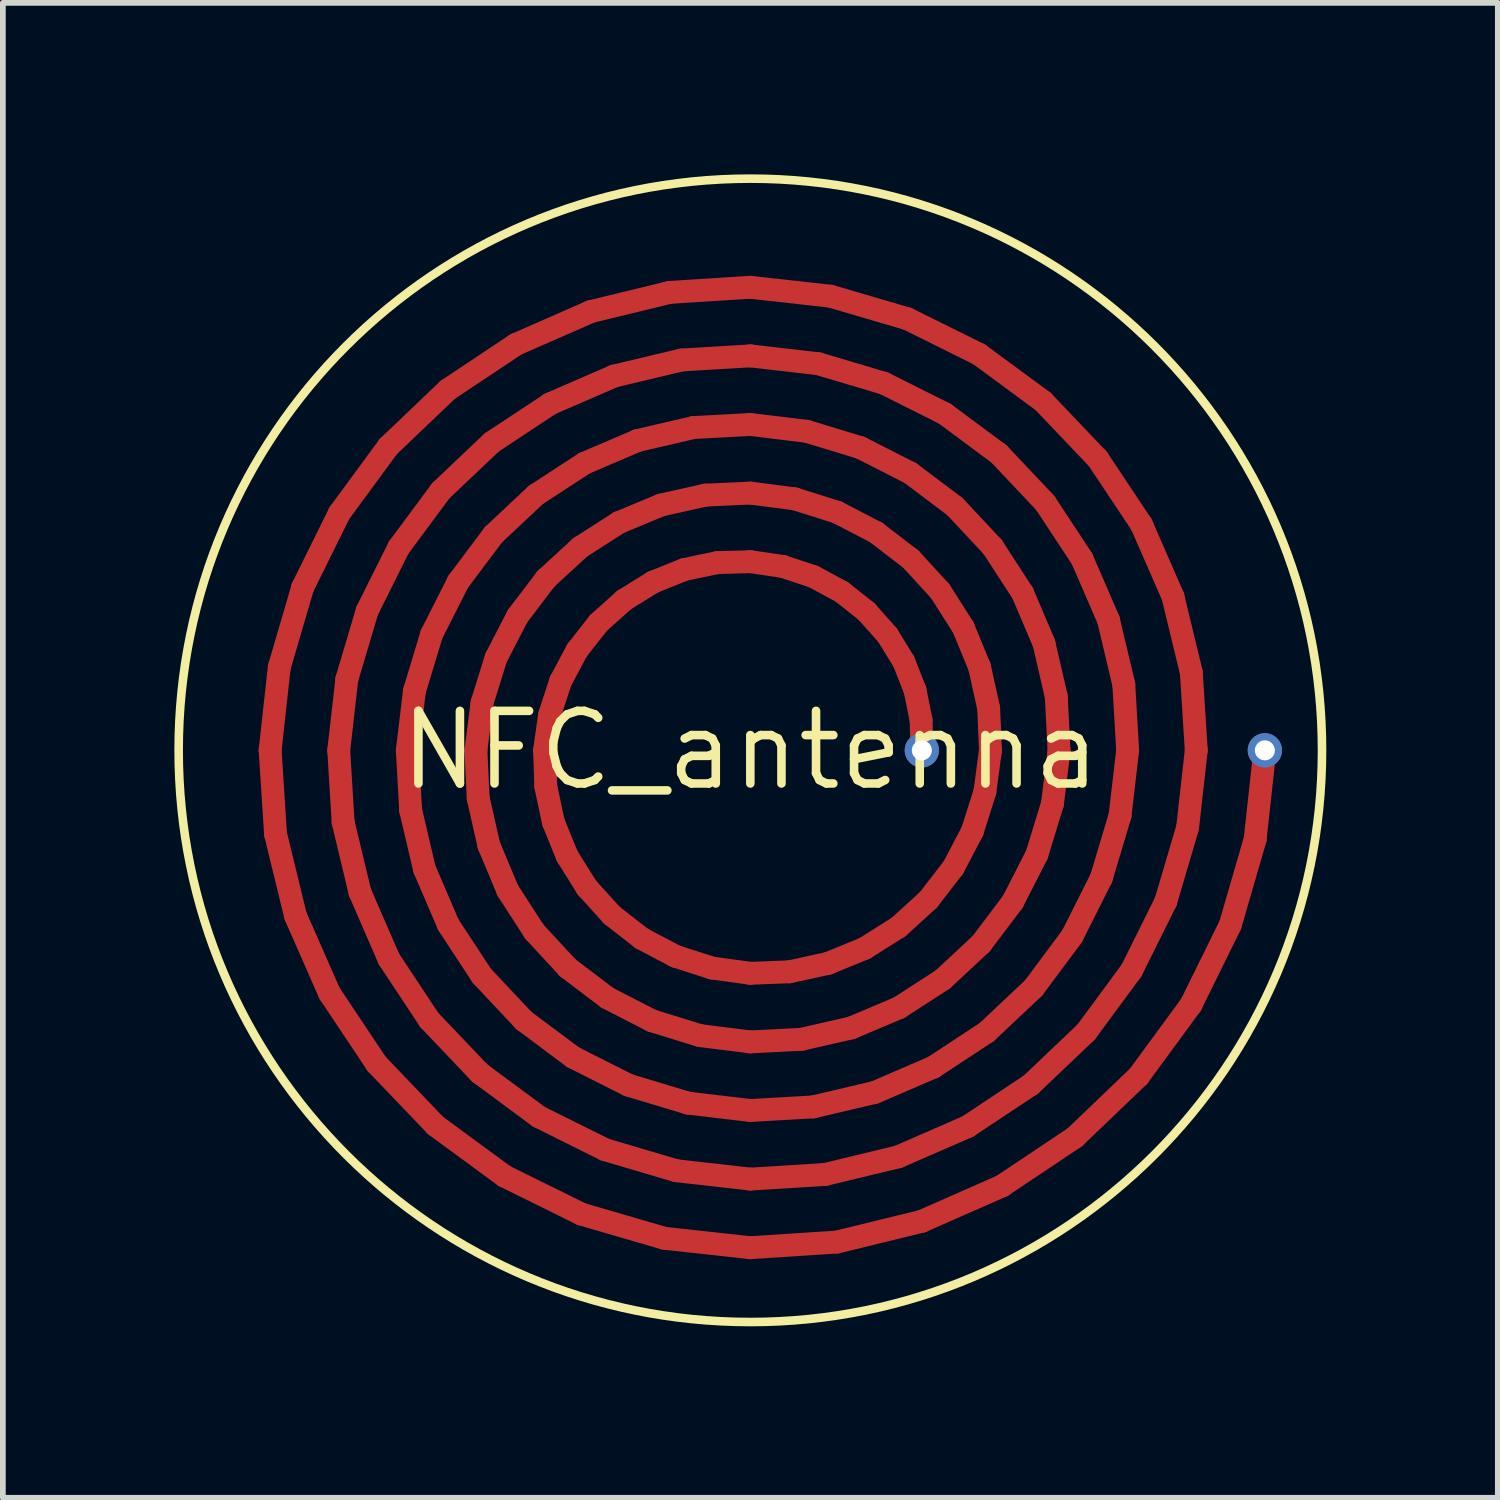
<source format=kicad_pcb>
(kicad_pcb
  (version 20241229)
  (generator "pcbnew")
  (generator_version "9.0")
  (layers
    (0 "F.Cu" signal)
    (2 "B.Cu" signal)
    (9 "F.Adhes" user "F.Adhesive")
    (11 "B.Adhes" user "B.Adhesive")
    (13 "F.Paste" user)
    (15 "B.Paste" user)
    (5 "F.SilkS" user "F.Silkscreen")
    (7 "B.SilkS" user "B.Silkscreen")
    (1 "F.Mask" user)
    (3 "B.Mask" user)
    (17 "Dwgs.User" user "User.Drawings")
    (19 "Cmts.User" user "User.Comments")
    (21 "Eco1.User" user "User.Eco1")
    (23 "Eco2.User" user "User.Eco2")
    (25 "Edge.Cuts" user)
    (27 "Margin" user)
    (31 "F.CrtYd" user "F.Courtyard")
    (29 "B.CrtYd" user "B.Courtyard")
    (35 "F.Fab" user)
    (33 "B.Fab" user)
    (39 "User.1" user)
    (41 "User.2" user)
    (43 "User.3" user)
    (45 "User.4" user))
  (footprint "NFC_antenna"
    (layer "F.Cu")
    (at 10.075 10.075)
    (property "Reference" "NFC_antenna" (at 0 0 0) (layer "F.SilkS") (effects (font (size 1.27 1.27) (thickness 0.15))))
    (fp_line (start -8.4 0) (end -8.24 -1.453) (stroke (width 0.4) (type default)) (layer "F.Cu"))
    (fp_line (start -8.305 1.464) (end -8.4 0) (stroke (width 0.4) (type default)) (layer "F.Cu"))
    (fp_line (start -8.24 -1.453) (end -7.831 -2.85) (stroke (width 0.4) (type default)) (layer "F.Cu"))
    (fp_line (start -7.956 2.896) (end -8.305 1.464) (stroke (width 0.4) (type default)) (layer "F.Cu"))
    (fp_line (start -7.831 -2.85) (end -7.188 -4.15) (stroke (width 0.4) (type default)) (layer "F.Cu"))
    (fp_line (start -7.361 4.25) (end -7.956 2.896) (stroke (width 0.4) (type default)) (layer "F.Cu"))
    (fp_line (start -7.2 0) (end -7.058 -1.244) (stroke (width 0.4) (type default)) (layer "F.Cu"))
    (fp_line (start -7.188 -4.15) (end -6.333 -5.314) (stroke (width 0.4) (type default)) (layer "F.Cu"))
    (fp_line (start -7.123 1.256) (end -7.2 0) (stroke (width 0.4) (type default)) (layer "F.Cu"))
    (fp_line (start -7.058 -1.244) (end -6.703 -2.44) (stroke (width 0.4) (type default)) (layer "F.Cu"))
    (fp_line (start -6.828 2.485) (end -7.123 1.256) (stroke (width 0.4) (type default)) (layer "F.Cu"))
    (fp_line (start -6.703 -2.44) (end -6.149 -3.55) (stroke (width 0.4) (type default)) (layer "F.Cu"))
    (fp_line (start -6.537 5.485) (end -7.361 4.25) (stroke (width 0.4) (type default)) (layer "F.Cu"))
    (fp_line (start -6.333 -5.314) (end -5.292 -6.307) (stroke (width 0.4) (type default)) (layer "F.Cu"))
    (fp_line (start -6.322 3.65) (end -6.828 2.485) (stroke (width 0.4) (type default)) (layer "F.Cu"))
    (fp_line (start -6.149 -3.55) (end -5.413 -4.542) (stroke (width 0.4) (type default)) (layer "F.Cu"))
    (fp_line (start -6 0) (end -5.876 -1.036) (stroke (width 0.4) (type default)) (layer "F.Cu"))
    (fp_line (start -5.942 1.048) (end -6 0) (stroke (width 0.4) (type default)) (layer "F.Cu"))
    (fp_line (start -5.876 -1.036) (end -5.576 -2.029) (stroke (width 0.4) (type default)) (layer "F.Cu"))
    (fp_line (start -5.701 2.075) (end -5.942 1.048) (stroke (width 0.4) (type default)) (layer "F.Cu"))
    (fp_line (start -5.618 4.714) (end -6.322 3.65) (stroke (width 0.4) (type default)) (layer "F.Cu"))
    (fp_line (start -5.576 -2.029) (end -5.11 -2.95) (stroke (width 0.4) (type default)) (layer "F.Cu"))
    (fp_line (start -5.507 6.562) (end -6.537 5.485) (stroke (width 0.4) (type default)) (layer "F.Cu"))
    (fp_line (start -5.413 -4.542) (end -4.521 -5.388) (stroke (width 0.4) (type default)) (layer "F.Cu"))
    (fp_line (start -5.292 -6.307) (end -4.1 -7.101) (stroke (width 0.4) (type default)) (layer "F.Cu"))
    (fp_line (start -5.283 3.05) (end -5.701 2.075) (stroke (width 0.4) (type default)) (layer "F.Cu"))
    (fp_line (start -5.11 -2.95) (end -4.494 -3.771) (stroke (width 0.4) (type default)) (layer "F.Cu"))
    (fp_line (start -4.8 0) (end -4.694 -0.828) (stroke (width 0.4) (type default)) (layer "F.Cu"))
    (fp_line (start -4.76 0.839) (end -4.8 0) (stroke (width 0.4) (type default)) (layer "F.Cu"))
    (fp_line (start -4.735 5.643) (end -5.618 4.714) (stroke (width 0.4) (type default)) (layer "F.Cu"))
    (fp_line (start -4.698 3.942) (end -5.283 3.05) (stroke (width 0.4) (type default)) (layer "F.Cu"))
    (fp_line (start -4.694 -0.828) (end -4.448 -1.619) (stroke (width 0.4) (type default)) (layer "F.Cu"))
    (fp_line (start -4.573 1.664) (end -4.76 0.839) (stroke (width 0.4) (type default)) (layer "F.Cu"))
    (fp_line (start -4.521 -5.388) (end -3.5 -6.062) (stroke (width 0.4) (type default)) (layer "F.Cu"))
    (fp_line (start -4.494 -3.771) (end -3.75 -4.469) (stroke (width 0.4) (type default)) (layer "F.Cu"))
    (fp_line (start -4.448 -1.619) (end -4.07 -2.35) (stroke (width 0.4) (type default)) (layer "F.Cu"))
    (fp_line (start -4.3 7.448) (end -5.507 6.562) (stroke (width 0.4) (type default)) (layer "F.Cu"))
    (fp_line (start -4.244 2.45) (end -4.573 1.664) (stroke (width 0.4) (type default)) (layer "F.Cu"))
    (fp_line (start -4.1 -7.101) (end -2.793 -7.674) (stroke (width 0.4) (type default)) (layer "F.Cu"))
    (fp_line (start -4.07 -2.35) (end -3.575 -3) (stroke (width 0.4) (type default)) (layer "F.Cu"))
    (fp_line (start -3.964 4.724) (end -4.698 3.942) (stroke (width 0.4) (type default)) (layer "F.Cu"))
    (fp_line (start -3.779 3.171) (end -4.244 2.45) (stroke (width 0.4) (type default)) (layer "F.Cu"))
    (fp_line (start -3.75 -4.469) (end -2.9 -5.023) (stroke (width 0.4) (type default)) (layer "F.Cu"))
    (fp_line (start -3.7 6.409) (end -4.735 5.643) (stroke (width 0.4) (type default)) (layer "F.Cu"))
    (fp_line (start -3.6 0) (end -3.512 -0.619) (stroke (width 0.4) (type default)) (layer "F.Cu"))
    (fp_line (start -3.578 0.631) (end -3.6 0) (stroke (width 0.4) (type default)) (layer "F.Cu"))
    (fp_line (start -3.575 -3) (end -2.978 -3.549) (stroke (width 0.4) (type default)) (layer "F.Cu"))
    (fp_line (start -3.512 -0.619) (end -3.32 -1.208) (stroke (width 0.4) (type default)) (layer "F.Cu"))
    (fp_line (start -3.5 -6.062) (end -2.383 -6.547) (stroke (width 0.4) (type default)) (layer "F.Cu"))
    (fp_line (start -3.446 1.254) (end -3.578 0.631) (stroke (width 0.4) (type default)) (layer "F.Cu"))
    (fp_line (start -3.32 -1.208) (end -3.031 -1.75) (stroke (width 0.4) (type default)) (layer "F.Cu"))
    (fp_line (start -3.204 1.85) (end -3.446 1.254) (stroke (width 0.4) (type default)) (layer "F.Cu"))
    (fp_line (start -3.193 3.805) (end -3.779 3.171) (stroke (width 0.4) (type default)) (layer "F.Cu"))
    (fp_line (start -3.1 5.369) (end -3.964 4.724) (stroke (width 0.4) (type default)) (layer "F.Cu"))
    (fp_line (start -3.031 -1.75) (end -2.656 -2.228) (stroke (width 0.4) (type default)) (layer "F.Cu"))
    (fp_line (start -2.978 -3.549) (end -2.3 -3.984) (stroke (width 0.4) (type default)) (layer "F.Cu"))
    (fp_line (start -2.953 8.113) (end -4.3 7.448) (stroke (width 0.4) (type default)) (layer "F.Cu"))
    (fp_line (start -2.9 -5.023) (end -1.972 -5.419) (stroke (width 0.4) (type default)) (layer "F.Cu"))
    (fp_line (start -2.86 2.4) (end -3.204 1.85) (stroke (width 0.4) (type default)) (layer "F.Cu"))
    (fp_line (start -2.793 -7.674) (end -1.412 -8.01) (stroke (width 0.4) (type default)) (layer "F.Cu"))
    (fp_line (start -2.656 -2.228) (end -2.207 -2.63) (stroke (width 0.4) (type default)) (layer "F.Cu"))
    (fp_line (start -2.542 6.985) (end -3.7 6.409) (stroke (width 0.4) (type default)) (layer "F.Cu"))
    (fp_line (start -2.5 4.33) (end -3.193 3.805) (stroke (width 0.4) (type default)) (layer "F.Cu"))
    (fp_line (start -2.421 2.885) (end -2.86 2.4) (stroke (width 0.4) (type default)) (layer "F.Cu"))
    (fp_line (start -2.383 -6.547) (end -1.204 -6.828) (stroke (width 0.4) (type default)) (layer "F.Cu"))
    (fp_line (start -2.3 -3.984) (end -1.562 -4.291) (stroke (width 0.4) (type default)) (layer "F.Cu"))
    (fp_line (start -2.207 -2.63) (end -1.7 -2.944) (stroke (width 0.4) (type default)) (layer "F.Cu"))
    (fp_line (start -2.132 5.857) (end -3.1 5.369) (stroke (width 0.4) (type default)) (layer "F.Cu"))
    (fp_line (start -1.972 -5.419) (end -0.996 -5.646) (stroke (width 0.4) (type default)) (layer "F.Cu"))
    (fp_line (start -1.9 3.291) (end -2.421 2.885) (stroke (width 0.4) (type default)) (layer "F.Cu"))
    (fp_line (start -1.722 4.73) (end -2.5 4.33) (stroke (width 0.4) (type default)) (layer "F.Cu"))
    (fp_line (start -1.7 -2.944) (end -1.151 -3.164) (stroke (width 0.4) (type default)) (layer "F.Cu"))
    (fp_line (start -1.562 -4.291) (end -0.787 -4.464) (stroke (width 0.4) (type default)) (layer "F.Cu"))
    (fp_line (start -1.505 8.535) (end -2.953 8.113) (stroke (width 0.4) (type default)) (layer "F.Cu"))
    (fp_line (start -1.412 -8.01) (end 0 -8.1) (stroke (width 0.4) (type default)) (layer "F.Cu"))
    (fp_line (start -1.311 3.602) (end -1.9 3.291) (stroke (width 0.4) (type default)) (layer "F.Cu"))
    (fp_line (start -1.297 7.353) (end -2.542 6.985) (stroke (width 0.4) (type default)) (layer "F.Cu"))
    (fp_line (start -1.204 -6.828) (end 0 -6.9) (stroke (width 0.4) (type default)) (layer "F.Cu"))
    (fp_line (start -1.151 -3.164) (end -0.579 -3.283) (stroke (width 0.4) (type default)) (layer "F.Cu"))
    (fp_line (start -1.088 6.171) (end -2.132 5.857) (stroke (width 0.4) (type default)) (layer "F.Cu"))
    (fp_line (start -0.996 -5.646) (end 0 -5.7) (stroke (width 0.4) (type default)) (layer "F.Cu"))
    (fp_line (start -0.88 4.99) (end -1.722 4.73) (stroke (width 0.4) (type default)) (layer "F.Cu"))
    (fp_line (start -0.787 -4.464) (end 0 -4.5) (stroke (width 0.4) (type default)) (layer "F.Cu"))
    (fp_line (start -0.671 3.808) (end -1.311 3.602) (stroke (width 0.4) (type default)) (layer "F.Cu"))
    (fp_line (start -0.579 -3.283) (end 0 -3.3) (stroke (width 0.4) (type default)) (layer "F.Cu"))
    (fp_line (start 0 -8.1) (end 1.401 -7.944) (stroke (width 0.4) (type default)) (layer "F.Cu"))
    (fp_line (start 0 -6.9) (end 1.192 -6.762) (stroke (width 0.4) (type default)) (layer "F.Cu"))
    (fp_line (start 0 -5.7) (end 0.984 -5.581) (stroke (width 0.4) (type default)) (layer "F.Cu"))
    (fp_line (start 0 -4.5) (end 0.776 -4.399) (stroke (width 0.4) (type default)) (layer "F.Cu"))
    (fp_line (start 0 -3.3) (end 0.567 -3.217) (stroke (width 0.4) (type default)) (layer "F.Cu"))
    (fp_line (start 0 3.9) (end -0.671 3.808) (stroke (width 0.4) (type default)) (layer "F.Cu"))
    (fp_line (start 0 5.1) (end -0.88 4.99) (stroke (width 0.4) (type default)) (layer "F.Cu"))
    (fp_line (start 0 6.3) (end -1.088 6.171) (stroke (width 0.4) (type default)) (layer "F.Cu"))
    (fp_line (start 0 7.5) (end -1.297 7.353) (stroke (width 0.4) (type default)) (layer "F.Cu"))
    (fp_line (start 0 8.7) (end -1.505 8.535) (stroke (width 0.4) (type default)) (layer "F.Cu"))
    (fp_line (start 0.567 -3.217) (end 1.106 -3.038) (stroke (width 0.4) (type default)) (layer "F.Cu"))
    (fp_line (start 0.683 3.874) (end 0 3.9) (stroke (width 0.4) (type default)) (layer "F.Cu"))
    (fp_line (start 0.776 -4.399) (end 1.516 -4.166) (stroke (width 0.4) (type default)) (layer "F.Cu"))
    (fp_line (start 0.891 5.055) (end 0 5.1) (stroke (width 0.4) (type default)) (layer "F.Cu"))
    (fp_line (start 0.984 -5.581) (end 1.927 -5.294) (stroke (width 0.4) (type default)) (layer "F.Cu"))
    (fp_line (start 1.1 6.237) (end 0 6.3) (stroke (width 0.4) (type default)) (layer "F.Cu"))
    (fp_line (start 1.106 -3.038) (end 1.6 -2.771) (stroke (width 0.4) (type default)) (layer "F.Cu"))
    (fp_line (start 1.192 -6.762) (end 2.337 -6.421) (stroke (width 0.4) (type default)) (layer "F.Cu"))
    (fp_line (start 1.308 7.419) (end 0 7.5) (stroke (width 0.4) (type default)) (layer "F.Cu"))
    (fp_line (start 1.357 3.727) (end 0.683 3.874) (stroke (width 0.4) (type default)) (layer "F.Cu"))
    (fp_line (start 1.401 -7.944) (end 2.748 -7.549) (stroke (width 0.4) (type default)) (layer "F.Cu"))
    (fp_line (start 1.516 -4.166) (end 2.2 -3.811) (stroke (width 0.4) (type default)) (layer "F.Cu"))
    (fp_line (start 1.517 8.601) (end 0 8.7) (stroke (width 0.4) (type default)) (layer "F.Cu"))
    (fp_line (start 1.6 -2.771) (end 2.035 -2.426) (stroke (width 0.4) (type default)) (layer "F.Cu"))
    (fp_line (start 1.767 4.855) (end 0.891 5.055) (stroke (width 0.4) (type default)) (layer "F.Cu"))
    (fp_line (start 1.927 -5.294) (end 2.8 -4.85) (stroke (width 0.4) (type default)) (layer "F.Cu"))
    (fp_line (start 2 3.464) (end 1.357 3.727) (stroke (width 0.4) (type default)) (layer "F.Cu"))
    (fp_line (start 2.035 -2.426) (end 2.4 -2.014) (stroke (width 0.4) (type default)) (layer "F.Cu"))
    (fp_line (start 2.178 5.983) (end 1.1 6.237) (stroke (width 0.4) (type default)) (layer "F.Cu"))
    (fp_line (start 2.2 -3.811) (end 2.807 -3.345) (stroke (width 0.4) (type default)) (layer "F.Cu"))
    (fp_line (start 2.337 -6.421) (end 3.4 -5.889) (stroke (width 0.4) (type default)) (layer "F.Cu"))
    (fp_line (start 2.4 -2.014) (end 2.685 -1.55) (stroke (width 0.4) (type default)) (layer "F.Cu"))
    (fp_line (start 2.588 7.11) (end 1.308 7.419) (stroke (width 0.4) (type default)) (layer "F.Cu"))
    (fp_line (start 2.593 3.09) (end 2 3.464) (stroke (width 0.4) (type default)) (layer "F.Cu"))
    (fp_line (start 2.6 4.503) (end 1.767 4.855) (stroke (width 0.4) (type default)) (layer "F.Cu"))
    (fp_line (start 2.685 -1.55) (end 2.882 -1.049) (stroke (width 0.4) (type default)) (layer "F.Cu"))
    (fp_line (start 2.748 -7.549) (end 4 -6.928) (stroke (width 0.4) (type default)) (layer "F.Cu"))
    (fp_line (start 2.8 -4.85) (end 3.578 -4.264) (stroke (width 0.4) (type default)) (layer "F.Cu"))
    (fp_line (start 2.807 -3.345) (end 3.32 -2.785) (stroke (width 0.4) (type default)) (layer "F.Cu"))
    (fp_line (start 2.882 -1.049) (end 2.987 -0.527) (stroke (width 0.4) (type default)) (layer "F.Cu"))
    (fp_line (start 2.987 -0.527) (end 3 0) (stroke (width 0.4) (type default)) (layer "F.Cu"))
    (fp_line (start 2.998 8.238) (end 1.517 8.601) (stroke (width 0.4) (type default)) (layer "F.Cu"))
    (fp_line (start 3.115 2.614) (end 2.593 3.09) (stroke (width 0.4) (type default)) (layer "F.Cu"))
    (fp_line (start 3.2 5.543) (end 2.178 5.983) (stroke (width 0.4) (type default)) (layer "F.Cu"))
    (fp_line (start 3.32 -2.785) (end 3.724 -2.15) (stroke (width 0.4) (type default)) (layer "F.Cu"))
    (fp_line (start 3.364 4.009) (end 2.6 4.503) (stroke (width 0.4) (type default)) (layer "F.Cu"))
    (fp_line (start 3.4 -5.889) (end 4.35 -5.184) (stroke (width 0.4) (type default)) (layer "F.Cu"))
    (fp_line (start 3.551 2.05) (end 3.115 2.614) (stroke (width 0.4) (type default)) (layer "F.Cu"))
    (fp_line (start 3.578 -4.264) (end 4.239 -3.557) (stroke (width 0.4) (type default)) (layer "F.Cu"))
    (fp_line (start 3.724 -2.15) (end 4.009 -1.459) (stroke (width 0.4) (type default)) (layer "F.Cu"))
    (fp_line (start 3.8 6.582) (end 2.588 7.11) (stroke (width 0.4) (type default)) (layer "F.Cu"))
    (fp_line (start 3.884 1.414) (end 3.551 2.05) (stroke (width 0.4) (type default)) (layer "F.Cu"))
    (fp_line (start 4 -6.928) (end 5.121 -6.103) (stroke (width 0.4) (type default)) (layer "F.Cu"))
    (fp_line (start 4.009 -1.459) (end 4.169 -0.735) (stroke (width 0.4) (type default)) (layer "F.Cu"))
    (fp_line (start 4.035 3.385) (end 3.364 4.009) (stroke (width 0.4) (type default)) (layer "F.Cu"))
    (fp_line (start 4.103 0.724) (end 3.884 1.414) (stroke (width 0.4) (type default)) (layer "F.Cu"))
    (fp_line (start 4.135 4.928) (end 3.2 5.543) (stroke (width 0.4) (type default)) (layer "F.Cu"))
    (fp_line (start 4.169 -0.735) (end 4.2 0) (stroke (width 0.4) (type default)) (layer "F.Cu"))
    (fp_line (start 4.2 0) (end 4.103 0.724) (stroke (width 0.4) (type default)) (layer "F.Cu"))
    (fp_line (start 4.239 -3.557) (end 4.763 -2.75) (stroke (width 0.4) (type default)) (layer "F.Cu"))
    (fp_line (start 4.35 -5.184) (end 5.158 -4.328) (stroke (width 0.4) (type default)) (layer "F.Cu"))
    (fp_line (start 4.4 7.621) (end 2.998 8.238) (stroke (width 0.4) (type default)) (layer "F.Cu"))
    (fp_line (start 4.59 2.65) (end 4.035 3.385) (stroke (width 0.4) (type default)) (layer "F.Cu"))
    (fp_line (start 4.763 -2.75) (end 5.137 -1.87) (stroke (width 0.4) (type default)) (layer "F.Cu"))
    (fp_line (start 4.907 5.847) (end 3.8 6.582) (stroke (width 0.4) (type default)) (layer "F.Cu"))
    (fp_line (start 4.954 4.157) (end 4.135 4.928) (stroke (width 0.4) (type default)) (layer "F.Cu"))
    (fp_line (start 5.012 1.824) (end 4.59 2.65) (stroke (width 0.4) (type default)) (layer "F.Cu"))
    (fp_line (start 5.121 -6.103) (end 6.077 -5.099) (stroke (width 0.4) (type default)) (layer "F.Cu"))
    (fp_line (start 5.137 -1.87) (end 5.351 -0.943) (stroke (width 0.4) (type default)) (layer "F.Cu"))
    (fp_line (start 5.158 -4.328) (end 5.802 -3.35) (stroke (width 0.4) (type default)) (layer "F.Cu"))
    (fp_line (start 5.285 0.932) (end 5.012 1.824) (stroke (width 0.4) (type default)) (layer "F.Cu"))
    (fp_line (start 5.351 -0.943) (end 5.4 0) (stroke (width 0.4) (type default)) (layer "F.Cu"))
    (fp_line (start 5.4 0) (end 5.285 0.932) (stroke (width 0.4) (type default)) (layer "F.Cu"))
    (fp_line (start 5.629 3.25) (end 4.954 4.157) (stroke (width 0.4) (type default)) (layer "F.Cu"))
    (fp_line (start 5.678 6.767) (end 4.4 7.621) (stroke (width 0.4) (type default)) (layer "F.Cu"))
    (fp_line (start 5.802 -3.35) (end 6.265 -2.28) (stroke (width 0.4) (type default)) (layer "F.Cu"))
    (fp_line (start 5.873 4.928) (end 4.907 5.847) (stroke (width 0.4) (type default)) (layer "F.Cu"))
    (fp_line (start 6.077 -5.099) (end 6.842 -3.95) (stroke (width 0.4) (type default)) (layer "F.Cu"))
    (fp_line (start 6.139 2.235) (end 5.629 3.25) (stroke (width 0.4) (type default)) (layer "F.Cu"))
    (fp_line (start 6.265 -2.28) (end 6.533 -1.152) (stroke (width 0.4) (type default)) (layer "F.Cu"))
    (fp_line (start 6.467 1.14) (end 6.139 2.235) (stroke (width 0.4) (type default)) (layer "F.Cu"))
    (fp_line (start 6.533 -1.152) (end 6.6 0) (stroke (width 0.4) (type default)) (layer "F.Cu"))
    (fp_line (start 6.6 0) (end 6.467 1.14) (stroke (width 0.4) (type default)) (layer "F.Cu"))
    (fp_line (start 6.668 3.85) (end 5.873 4.928) (stroke (width 0.4) (type default)) (layer "F.Cu"))
    (fp_line (start 6.792 5.699) (end 5.678 6.767) (stroke (width 0.4) (type default)) (layer "F.Cu"))
    (fp_line (start 6.842 -3.95) (end 7.392 -2.691) (stroke (width 0.4) (type default)) (layer "F.Cu"))
    (fp_line (start 7.267 2.645) (end 6.668 3.85) (stroke (width 0.4) (type default)) (layer "F.Cu"))
    (fp_line (start 7.392 -2.691) (end 7.714 -1.36) (stroke (width 0.4) (type default)) (layer "F.Cu"))
    (fp_line (start 7.649 1.349) (end 7.267 2.645) (stroke (width 0.4) (type default)) (layer "F.Cu"))
    (fp_line (start 7.708 4.45) (end 6.792 5.699) (stroke (width 0.4) (type default)) (layer "F.Cu"))
    (fp_line (start 7.714 -1.36) (end 7.8 0) (stroke (width 0.4) (type default)) (layer "F.Cu"))
    (fp_line (start 7.8 0) (end 7.649 1.349) (stroke (width 0.4) (type default)) (layer "F.Cu"))
    (fp_line (start 8.395 3.055) (end 7.708 4.45) (stroke (width 0.4) (type default)) (layer "F.Cu"))
    (fp_line (start 8.83 1.557) (end 8.395 3.055) (stroke (width 0.4) (type default)) (layer "F.Cu"))
    (fp_line (start 9 0) (end 8.83 1.557) (stroke (width 0.4) (type default)) (layer "F.Cu"))
    (fp_circle (center 0 0) (end 0 10) (stroke (width 0.15) (type default)) (fill no) (layer "F.SilkS"))
    (pad "1" thru_hole circle (at 3 0) (size 0.6 0.6) (drill 0.35) (layers "*.Cu" "*.Mask"))
    (pad "2" thru_hole circle (at 9 0) (size 0.6 0.6) (drill 0.35) (layers "*.Cu" "*.Mask")))
  (gr_rect
    (start -3 -3)
    (end 23.15 23.15)
    (stroke (width 0.1) (type default))
    (fill no)
    (layer "Edge.Cuts")))
</source>
